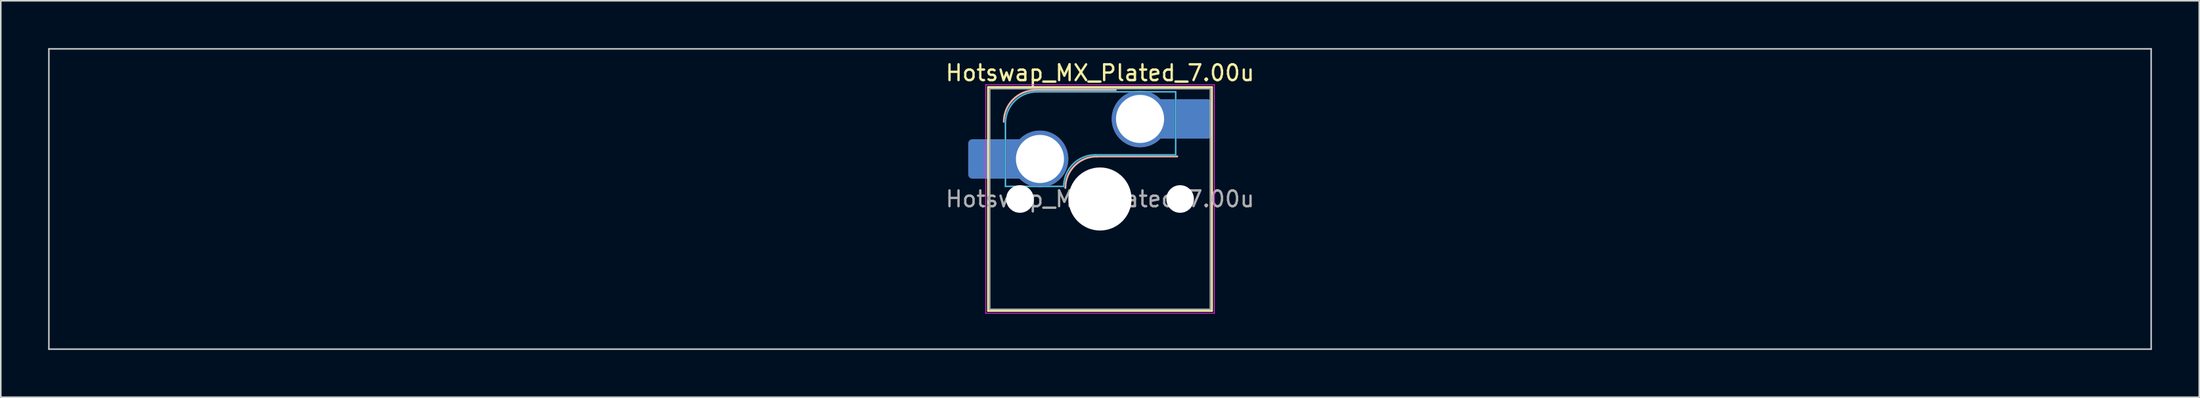
<source format=kicad_pcb>
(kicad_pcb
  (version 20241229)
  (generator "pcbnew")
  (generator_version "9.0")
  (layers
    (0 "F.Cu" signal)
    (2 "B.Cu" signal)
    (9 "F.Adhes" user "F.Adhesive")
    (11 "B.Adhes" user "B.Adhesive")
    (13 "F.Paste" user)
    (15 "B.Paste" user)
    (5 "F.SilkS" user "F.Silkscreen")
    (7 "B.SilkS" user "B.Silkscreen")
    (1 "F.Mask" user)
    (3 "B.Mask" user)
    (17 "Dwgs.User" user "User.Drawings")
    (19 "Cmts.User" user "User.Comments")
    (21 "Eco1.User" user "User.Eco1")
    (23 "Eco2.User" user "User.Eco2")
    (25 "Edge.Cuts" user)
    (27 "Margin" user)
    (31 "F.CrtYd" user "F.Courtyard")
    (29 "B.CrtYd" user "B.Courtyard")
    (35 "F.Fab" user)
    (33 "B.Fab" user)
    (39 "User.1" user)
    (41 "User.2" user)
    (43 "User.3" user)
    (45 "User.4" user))
  (footprint "Hotswap_MX_Plated_7.00u"
    (layer "F.Cu")
    (at 66.725 9.575)
    (property "Reference" "Hotswap_MX_Plated_7.00u" (at 0 -8 0) (layer "F.SilkS") (effects (font (size 1 1) (thickness 0.15))))
    (attr smd allow_soldermask_bridges)
    (fp_line (start -7.1 -7.1) (end -7.1 7.1) (stroke (width 0.12) (type solid)) (layer "F.SilkS"))
    (fp_line (start -7.1 7.1) (end 7.1 7.1) (stroke (width 0.12) (type solid)) (layer "F.SilkS"))
    (fp_line (start 7.1 -7.1) (end -7.1 -7.1) (stroke (width 0.12) (type solid)) (layer "F.SilkS"))
    (fp_line (start 7.1 7.1) (end 7.1 -7.1) (stroke (width 0.12) (type solid)) (layer "F.SilkS"))
    (fp_line (start -4.1 -6.9) (end 1 -6.9) (stroke (width 0.12) (type solid)) (layer "B.SilkS"))
    (fp_line (start -0.2 -2.7) (end 4.9 -2.7) (stroke (width 0.12) (type solid)) (layer "B.SilkS"))
    (fp_arc (start -6.1 -4.9) (mid -5.514214 -6.314214) (end -4.1 -6.9) (stroke (width 0.12) (type solid)) (layer "B.SilkS"))
    (fp_arc (start -2.2 -0.7) (mid -1.614214 -2.114214) (end -0.2 -2.7) (stroke (width 0.12) (type solid)) (layer "B.SilkS"))
    (fp_line (start -66.675 -9.525) (end -66.675 9.525) (stroke (width 0.1) (type solid)) (layer "Dwgs.User"))
    (fp_line (start -66.675 9.525) (end 66.675 9.525) (stroke (width 0.1) (type solid)) (layer "Dwgs.User"))
    (fp_line (start 66.675 -9.525) (end -66.675 -9.525) (stroke (width 0.1) (type solid)) (layer "Dwgs.User"))
    (fp_line (start 66.675 9.525) (end 66.675 -9.525) (stroke (width 0.1) (type solid)) (layer "Dwgs.User"))
    (fp_line (start -7.8 -6) (end -7 -6) (stroke (width 0.1) (type solid)) (layer "Eco1.User"))
    (fp_line (start -7.8 -2.9) (end -7.8 -6) (stroke (width 0.1) (type solid)) (layer "Eco1.User"))
    (fp_line (start -7.8 2.9) (end -7 2.9) (stroke (width 0.1) (type solid)) (layer "Eco1.User"))
    (fp_line (start -7.8 6) (end -7.8 2.9) (stroke (width 0.1) (type solid)) (layer "Eco1.User"))
    (fp_line (start -7 -7) (end 7 -7) (stroke (width 0.1) (type solid)) (layer "Eco1.User"))
    (fp_line (start -7 -6) (end -7 -7) (stroke (width 0.1) (type solid)) (layer "Eco1.User"))
    (fp_line (start -7 -2.9) (end -7.8 -2.9) (stroke (width 0.1) (type solid)) (layer "Eco1.User"))
    (fp_line (start -7 2.9) (end -7 -2.9) (stroke (width 0.1) (type solid)) (layer "Eco1.User"))
    (fp_line (start -7 6) (end -7.8 6) (stroke (width 0.1) (type solid)) (layer "Eco1.User"))
    (fp_line (start -7 7) (end -7 6) (stroke (width 0.1) (type solid)) (layer "Eco1.User"))
    (fp_line (start 7 -7) (end 7 -6) (stroke (width 0.1) (type solid)) (layer "Eco1.User"))
    (fp_line (start 7 -6) (end 7.8 -6) (stroke (width 0.1) (type solid)) (layer "Eco1.User"))
    (fp_line (start 7 -2.9) (end 7 2.9) (stroke (width 0.1) (type solid)) (layer "Eco1.User"))
    (fp_line (start 7 2.9) (end 7.8 2.9) (stroke (width 0.1) (type solid)) (layer "Eco1.User"))
    (fp_line (start 7 6) (end 7 7) (stroke (width 0.1) (type solid)) (layer "Eco1.User"))
    (fp_line (start 7 7) (end -7 7) (stroke (width 0.1) (type solid)) (layer "Eco1.User"))
    (fp_line (start 7.8 -6) (end 7.8 -2.9) (stroke (width 0.1) (type solid)) (layer "Eco1.User"))
    (fp_line (start 7.8 -2.9) (end 7 -2.9) (stroke (width 0.1) (type solid)) (layer "Eco1.User"))
    (fp_line (start 7.8 2.9) (end 7.8 6) (stroke (width 0.1) (type solid)) (layer "Eco1.User"))
    (fp_line (start 7.8 6) (end 7 6) (stroke (width 0.1) (type solid)) (layer "Eco1.User"))
    (fp_line (start -6 -0.8) (end -6 -4.8) (stroke (width 0.05) (type solid)) (layer "B.CrtYd"))
    (fp_line (start -6 -0.8) (end -2.3 -0.8) (stroke (width 0.05) (type solid)) (layer "B.CrtYd"))
    (fp_line (start -4 -6.8) (end 4.8 -6.8) (stroke (width 0.05) (type solid)) (layer "B.CrtYd"))
    (fp_line (start -0.3 -2.8) (end 4.8 -2.8) (stroke (width 0.05) (type solid)) (layer "B.CrtYd"))
    (fp_line (start 4.8 -6.8) (end 4.8 -2.8) (stroke (width 0.05) (type solid)) (layer "B.CrtYd"))
    (fp_arc (start -6 -4.8) (mid -5.414214 -6.214214) (end -4 -6.8) (stroke (width 0.05) (type solid)) (layer "B.CrtYd"))
    (fp_arc (start -2.3 -0.8) (mid -1.714214 -2.214214) (end -0.3 -2.8) (stroke (width 0.05) (type solid)) (layer "B.CrtYd"))
    (fp_line (start -7.25 -7.25) (end -7.25 7.25) (stroke (width 0.05) (type solid)) (layer "F.CrtYd"))
    (fp_line (start -7.25 7.25) (end 7.25 7.25) (stroke (width 0.05) (type solid)) (layer "F.CrtYd"))
    (fp_line (start 7.25 -7.25) (end -7.25 -7.25) (stroke (width 0.05) (type solid)) (layer "F.CrtYd"))
    (fp_line (start 7.25 7.25) (end 7.25 -7.25) (stroke (width 0.05) (type solid)) (layer "F.CrtYd"))
    (fp_line (start -6 -0.8) (end -6 -4.8) (stroke (width 0.12) (type solid)) (layer "B.Fab"))
    (fp_line (start -6 -0.8) (end -2.3 -0.8) (stroke (width 0.12) (type solid)) (layer "B.Fab"))
    (fp_line (start -4 -6.8) (end 4.8 -6.8) (stroke (width 0.12) (type solid)) (layer "B.Fab"))
    (fp_line (start -0.3 -2.8) (end 4.8 -2.8) (stroke (width 0.12) (type solid)) (layer "B.Fab"))
    (fp_line (start 4.8 -6.8) (end 4.8 -2.8) (stroke (width 0.12) (type solid)) (layer "B.Fab"))
    (fp_arc (start -6 -4.8) (mid -5.414214 -6.214214) (end -4 -6.8) (stroke (width 0.12) (type solid)) (layer "B.Fab"))
    (fp_arc (start -2.3 -0.8) (mid -1.714214 -2.214214) (end -0.3 -2.8) (stroke (width 0.12) (type solid)) (layer "B.Fab"))
    (fp_line (start -7 -7) (end -7 7) (stroke (width 0.1) (type solid)) (layer "F.Fab"))
    (fp_line (start -7 7) (end 7 7) (stroke (width 0.1) (type solid)) (layer "F.Fab"))
    (fp_line (start 7 -7) (end -7 -7) (stroke (width 0.1) (type solid)) (layer "F.Fab"))
    (fp_line (start 7 7) (end 7 -7) (stroke (width 0.1) (type solid)) (layer "F.Fab"))
    (fp_text user "${REFERENCE}" (at 0 0 0) (layer "F.Fab") (effects (font (size 1 1) (thickness 0.15))))
    (pad "" smd roundrect (at -7.085 -2.54) (size 2.55 2.5) (layers "B.Mask" "B.Paste") (roundrect_rratio 0.1))
    (pad "" np_thru_hole circle (at -5.08 0) (size 1.75 1.75) (drill 1.75) (layers "*.Cu" "*.Mask"))
    (pad "" np_thru_hole circle (at 0 0) (size 4 4) (drill 4) (layers "*.Cu" "*.Mask"))
    (pad "" np_thru_hole circle (at 5.08 0) (size 1.75 1.75) (drill 1.75) (layers "*.Cu" "*.Mask"))
    (pad "" smd roundrect (at 5.842 -5.08) (size 2.55 2.5) (layers "B.Mask" "B.Paste") (roundrect_rratio 0.1))
    (pad "1" smd roundrect (at -6.585 -2.54) (size 3.55 2.5) (layers "B.Cu") (roundrect_rratio 0.1))
    (pad "1" thru_hole circle (at -3.81 -2.54) (size 3.6 3.6) (drill 3.05) (layers "*.Cu" "*.Mask"))
    (pad "2" thru_hole circle (at 2.54 -5.08) (size 3.6 3.6) (drill 3.05) (layers "*.Cu" "*.Mask"))
    (pad "2" smd roundrect (at 5.32 -5.08) (size 3.55 2.5) (layers "B.Cu") (roundrect_rratio 0.1)))
  (gr_rect
    (start -3 -3)
    (end 136.45 22.15)
    (stroke (width 0.1) (type default))
    (fill no)
    (layer "Edge.Cuts")))
</source>
